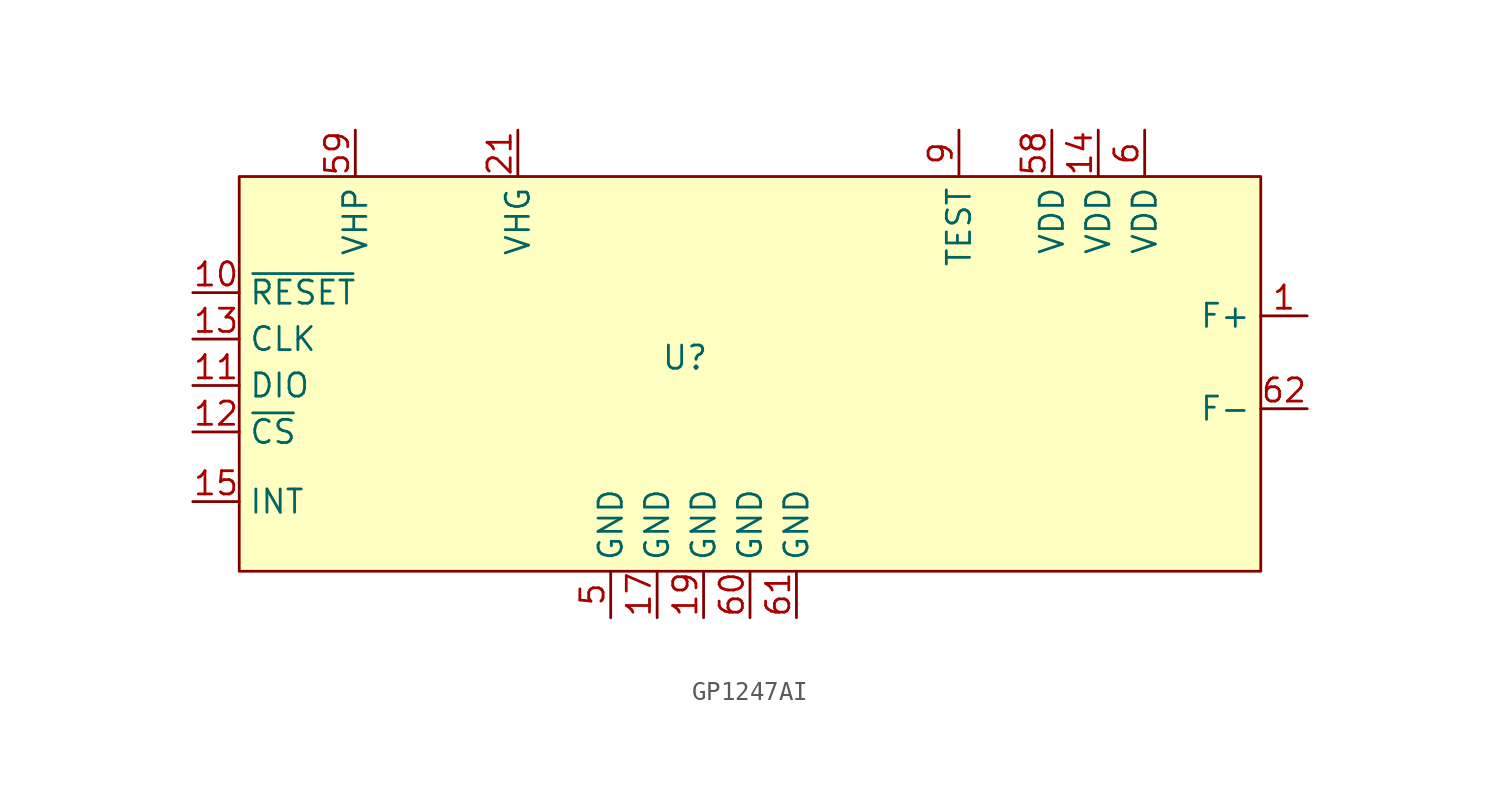
<source format=kicad_sym>
(kicad_symbol_lib
  (version 20241209)
  (generator "kicad_symbol_editor")
  (generator_version "9.0")
  (symbol "GP1247AI"
    (property "Reference" "U"
      (at -1.016 0.254 0)
      (effects (font (size 1.27 1.27))))
    (symbol "GP1247AI_1_1"
      (rectangle (start -25.4 10.16) (end 30.48 -11.43) (stroke (width 0) (type solid)) (fill (type background)))
      (pin passive line (at -27.94 3.81 0) (length 2.54) (name "~{RESET}" (effects (font (size 1.27 1.27)))) (number "10" (effects (font (size 1.27 1.27)))))
      (pin passive line (at -27.94 1.27 0) (length 2.54) (name "CLK" (effects (font (size 1.27 1.27)))) (number "13" (effects (font (size 1.27 1.27)))))
      (pin passive line (at -27.94 -1.27 0) (length 2.54) (name "DIO" (effects (font (size 1.27 1.27)))) (number "11" (effects (font (size 1.27 1.27)))))
      (pin passive line (at -27.94 -3.81 0) (length 2.54) (name "~{CS}" (effects (font (size 1.27 1.27)))) (number "12" (effects (font (size 1.27 1.27)))))
      (pin passive line (at -27.94 -7.62 0) (length 2.54) (name "INT" (effects (font (size 1.27 1.27)))) (number "15" (effects (font (size 1.27 1.27)))))
      (pin no_connect line (at -25.4 -8.89 90) (length 2.54) (hide yes) (name "NC" (effects (font (size 1.27 1.27)))) (number "8" (effects (font (size 1.27 1.27)))))
      (pin no_connect line (at -24.13 -8.89 90) (length 2.54) (hide yes) (name "NC" (effects (font (size 1.27 1.27)))) (number "18" (effects (font (size 1.27 1.27)))))
      (pin no_connect line (at -22.86 -8.89 90) (length 2.54) (hide yes) (name "NC" (effects (font (size 1.27 1.27)))) (number "20" (effects (font (size 1.27 1.27)))))
      (pin no_connect line (at -21.59 -8.89 90) (length 2.54) (hide yes) (name "NC" (effects (font (size 1.27 1.27)))) (number "22" (effects (font (size 1.27 1.27)))))
      (pin no_connect line (at -20.32 -8.89 90) (length 2.54) (hide yes) (name "NC" (effects (font (size 1.27 1.27)))) (number "23" (effects (font (size 1.27 1.27)))))
      (pin power_in line (at -19.05 12.7 270) (length 2.54) (name "VHP" (effects (font (size 1.27 1.27)))) (number "59" (effects (font (size 1.27 1.27)))))
      (pin no_connect line (at -19.05 -8.89 90) (length 2.54) (hide yes) (name "NC" (effects (font (size 1.27 1.27)))) (number "24" (effects (font (size 1.27 1.27)))))
      (pin no_connect line (at -17.78 -8.89 90) (length 2.54) (hide yes) (name "NC" (effects (font (size 1.27 1.27)))) (number "25" (effects (font (size 1.27 1.27)))))
      (pin no_connect line (at -16.51 -8.89 90) (length 2.54) (hide yes) (name "NC" (effects (font (size 1.27 1.27)))) (number "26" (effects (font (size 1.27 1.27)))))
      (pin no_connect line (at -15.24 -8.89 90) (length 2.54) (hide yes) (name "NC" (effects (font (size 1.27 1.27)))) (number "27" (effects (font (size 1.27 1.27)))))
      (pin no_connect line (at -13.97 -8.89 90) (length 2.54) (hide yes) (name "NC" (effects (font (size 1.27 1.27)))) (number "28" (effects (font (size 1.27 1.27)))))
      (pin no_connect line (at -12.7 -8.89 90) (length 2.54) (hide yes) (name "NC" (effects (font (size 1.27 1.27)))) (number "29" (effects (font (size 1.27 1.27)))))
      (pin no_connect line (at -11.43 0 180) (length 2.54) (hide yes) (name "NC" (effects (font (size 1.27 1.27)))) (number "7" (effects (font (size 1.27 1.27)))))
      (pin no_connect line (at -11.43 -1.27 180) (length 2.54) (hide yes) (name "NC" (effects (font (size 1.27 1.27)))) (number "16" (effects (font (size 1.27 1.27)))))
      (pin no_connect line (at -11.43 -8.89 90) (length 2.54) (hide yes) (name "NC" (effects (font (size 1.27 1.27)))) (number "30" (effects (font (size 1.27 1.27)))))
      (pin power_in line (at -10.16 12.7 270) (length 2.54) (name "VHG" (effects (font (size 1.27 1.27)))) (number "21" (effects (font (size 1.27 1.27)))))
      (pin no_connect line (at -10.16 -8.89 90) (length 2.54) (hide yes) (name "NC" (effects (font (size 1.27 1.27)))) (number "31" (effects (font (size 1.27 1.27)))))
      (pin no_connect line (at -8.89 -8.89 90) (length 2.54) (hide yes) (name "NC" (effects (font (size 1.27 1.27)))) (number "32" (effects (font (size 1.27 1.27)))))
      (pin no_connect line (at -7.62 -8.89 90) (length 2.54) (hide yes) (name "NC" (effects (font (size 1.27 1.27)))) (number "33" (effects (font (size 1.27 1.27)))))
      (pin power_in line (at -5.08 -13.97 90) (length 2.54) (name "GND" (effects (font (size 1.27 1.27)))) (number "5" (effects (font (size 1.27 1.27)))))
      (pin power_in line (at -2.54 -13.97 90) (length 2.54) (name "GND" (effects (font (size 1.27 1.27)))) (number "17" (effects (font (size 1.27 1.27)))))
      (pin power_in line (at 0 -13.97 90) (length 2.54) (name "GND" (effects (font (size 1.27 1.27)))) (number "19" (effects (font (size 1.27 1.27)))))
      (pin no_connect line (at 1.27 8.89 270) (length 2.54) (hide yes) (name "NC" (effects (font (size 1.27 1.27)))) (number "57" (effects (font (size 1.27 1.27)))))
      (pin no_connect line (at 2.54 8.89 270) (length 2.54) (hide yes) (name "NC" (effects (font (size 1.27 1.27)))) (number "56" (effects (font (size 1.27 1.27)))))
      (pin power_in line (at 2.54 -13.97 90) (length 2.54) (name "GND" (effects (font (size 1.27 1.27)))) (number "60" (effects (font (size 1.27 1.27)))))
      (pin no_connect line (at 3.81 8.89 270) (length 2.54) (hide yes) (name "NC" (effects (font (size 1.27 1.27)))) (number "55" (effects (font (size 1.27 1.27)))))
      (pin no_connect line (at 5.08 8.89 270) (length 2.54) (hide yes) (name "NC" (effects (font (size 1.27 1.27)))) (number "54" (effects (font (size 1.27 1.27)))))
      (pin power_in line (at 5.08 -13.97 90) (length 2.54) (name "GND" (effects (font (size 1.27 1.27)))) (number "61" (effects (font (size 1.27 1.27)))))
      (pin no_connect line (at 6.35 8.89 270) (length 2.54) (hide yes) (name "NC" (effects (font (size 1.27 1.27)))) (number "53" (effects (font (size 1.27 1.27)))))
      (pin no_connect line (at 7.62 -8.89 90) (length 2.54) (hide yes) (name "NC" (effects (font (size 1.27 1.27)))) (number "34" (effects (font (size 1.27 1.27)))))
      (pin no_connect line (at 8.89 -8.89 90) (length 2.54) (hide yes) (name "NC" (effects (font (size 1.27 1.27)))) (number "35" (effects (font (size 1.27 1.27)))))
      (pin no_connect line (at 10.16 -8.89 90) (length 2.54) (hide yes) (name "NC" (effects (font (size 1.27 1.27)))) (number "36" (effects (font (size 1.27 1.27)))))
      (pin no_connect line (at 11.43 -8.89 90) (length 2.54) (hide yes) (name "NC" (effects (font (size 1.27 1.27)))) (number "37" (effects (font (size 1.27 1.27)))))
      (pin no_connect line (at 12.7 -8.89 90) (length 2.54) (hide yes) (name "NC" (effects (font (size 1.27 1.27)))) (number "38" (effects (font (size 1.27 1.27)))))
      (pin passive line (at 13.97 12.7 270) (length 2.54) (name "TEST" (effects (font (size 1.27 1.27)))) (number "9" (effects (font (size 1.27 1.27)))))
      (pin no_connect line (at 13.97 -8.89 90) (length 2.54) (hide yes) (name "NC" (effects (font (size 1.27 1.27)))) (number "39" (effects (font (size 1.27 1.27)))))
      (pin no_connect line (at 15.24 -8.89 90) (length 2.54) (hide yes) (name "NC" (effects (font (size 1.27 1.27)))) (number "40" (effects (font (size 1.27 1.27)))))
      (pin no_connect line (at 16.51 -8.89 90) (length 2.54) (hide yes) (name "NC" (effects (font (size 1.27 1.27)))) (number "41" (effects (font (size 1.27 1.27)))))
      (pin no_connect line (at 17.78 -8.89 90) (length 2.54) (hide yes) (name "NC" (effects (font (size 1.27 1.27)))) (number "42" (effects (font (size 1.27 1.27)))))
      (pin power_in line (at 19.05 12.7 270) (length 2.54) (name "VDD" (effects (font (size 1.27 1.27)))) (number "58" (effects (font (size 1.27 1.27)))))
      (pin no_connect line (at 19.05 -8.89 90) (length 2.54) (hide yes) (name "NC" (effects (font (size 1.27 1.27)))) (number "43" (effects (font (size 1.27 1.27)))))
      (pin no_connect line (at 20.32 -8.89 90) (length 2.54) (hide yes) (name "NC" (effects (font (size 1.27 1.27)))) (number "44" (effects (font (size 1.27 1.27)))))
      (pin power_in line (at 21.59 12.7 270) (length 2.54) (name "VDD" (effects (font (size 1.27 1.27)))) (number "14" (effects (font (size 1.27 1.27)))))
      (pin no_connect line (at 21.59 -8.89 90) (length 2.54) (hide yes) (name "NC" (effects (font (size 1.27 1.27)))) (number "45" (effects (font (size 1.27 1.27)))))
      (pin no_connect line (at 22.86 -8.89 90) (length 2.54) (hide yes) (name "NC" (effects (font (size 1.27 1.27)))) (number "46" (effects (font (size 1.27 1.27)))))
      (pin power_in line (at 24.13 12.7 270) (length 2.54) (name "VDD" (effects (font (size 1.27 1.27)))) (number "6" (effects (font (size 1.27 1.27)))))
      (pin no_connect line (at 24.13 -8.89 90) (length 2.54) (hide yes) (name "NC" (effects (font (size 1.27 1.27)))) (number "47" (effects (font (size 1.27 1.27)))))
      (pin no_connect line (at 25.4 -8.89 90) (length 2.54) (hide yes) (name "NC" (effects (font (size 1.27 1.27)))) (number "48" (effects (font (size 1.27 1.27)))))
      (pin no_connect line (at 26.67 -8.89 90) (length 2.54) (hide yes) (name "NC" (effects (font (size 1.27 1.27)))) (number "49" (effects (font (size 1.27 1.27)))))
      (pin no_connect line (at 27.94 -8.89 90) (length 2.54) (hide yes) (name "NC" (effects (font (size 1.27 1.27)))) (number "50" (effects (font (size 1.27 1.27)))))
      (pin no_connect line (at 29.21 -8.89 90) (length 2.54) (hide yes) (name "NC" (effects (font (size 1.27 1.27)))) (number "51" (effects (font (size 1.27 1.27)))))
      (pin no_connect line (at 30.48 -8.89 90) (length 2.54) (hide yes) (name "NC" (effects (font (size 1.27 1.27)))) (number "52" (effects (font (size 1.27 1.27)))))
      (pin passive line (at 33.02 2.54 180) (length 2.54) (name "F+" (effects (font (size 1.27 1.27)))) (number "1" (effects (font (size 1.27 1.27)))))
      (pin passive line (at 33.02 2.54 180) (length 2.54) (hide yes) (name "F+" (effects (font (size 1.27 1.27)))) (number "2" (effects (font (size 1.27 1.27)))))
      (pin passive line (at 33.02 2.54 180) (length 2.54) (hide yes) (name "F+" (effects (font (size 1.27 1.27)))) (number "3" (effects (font (size 1.27 1.27)))))
      (pin passive line (at 33.02 2.54 180) (length 2.54) (hide yes) (name "F+" (effects (font (size 1.27 1.27)))) (number "4" (effects (font (size 1.27 1.27)))))
      (pin passive line (at 33.02 -2.54 180) (length 2.54) (name "F-" (effects (font (size 1.27 1.27)))) (number "62" (effects (font (size 1.27 1.27)))))
      (pin passive line (at 33.02 -2.54 180) (length 2.54) (hide yes) (name "F-" (effects (font (size 1.27 1.27)))) (number "63" (effects (font (size 1.27 1.27)))))
      (pin passive line (at 33.02 -2.54 180) (length 2.54) (hide yes) (name "F-" (effects (font (size 1.27 1.27)))) (number "64" (effects (font (size 1.27 1.27)))))
      (pin passive line (at 33.02 -2.54 180) (length 2.54) (hide yes) (name "F-" (effects (font (size 1.27 1.27)))) (number "65" (effects (font (size 1.27 1.27))))))))
</source>
